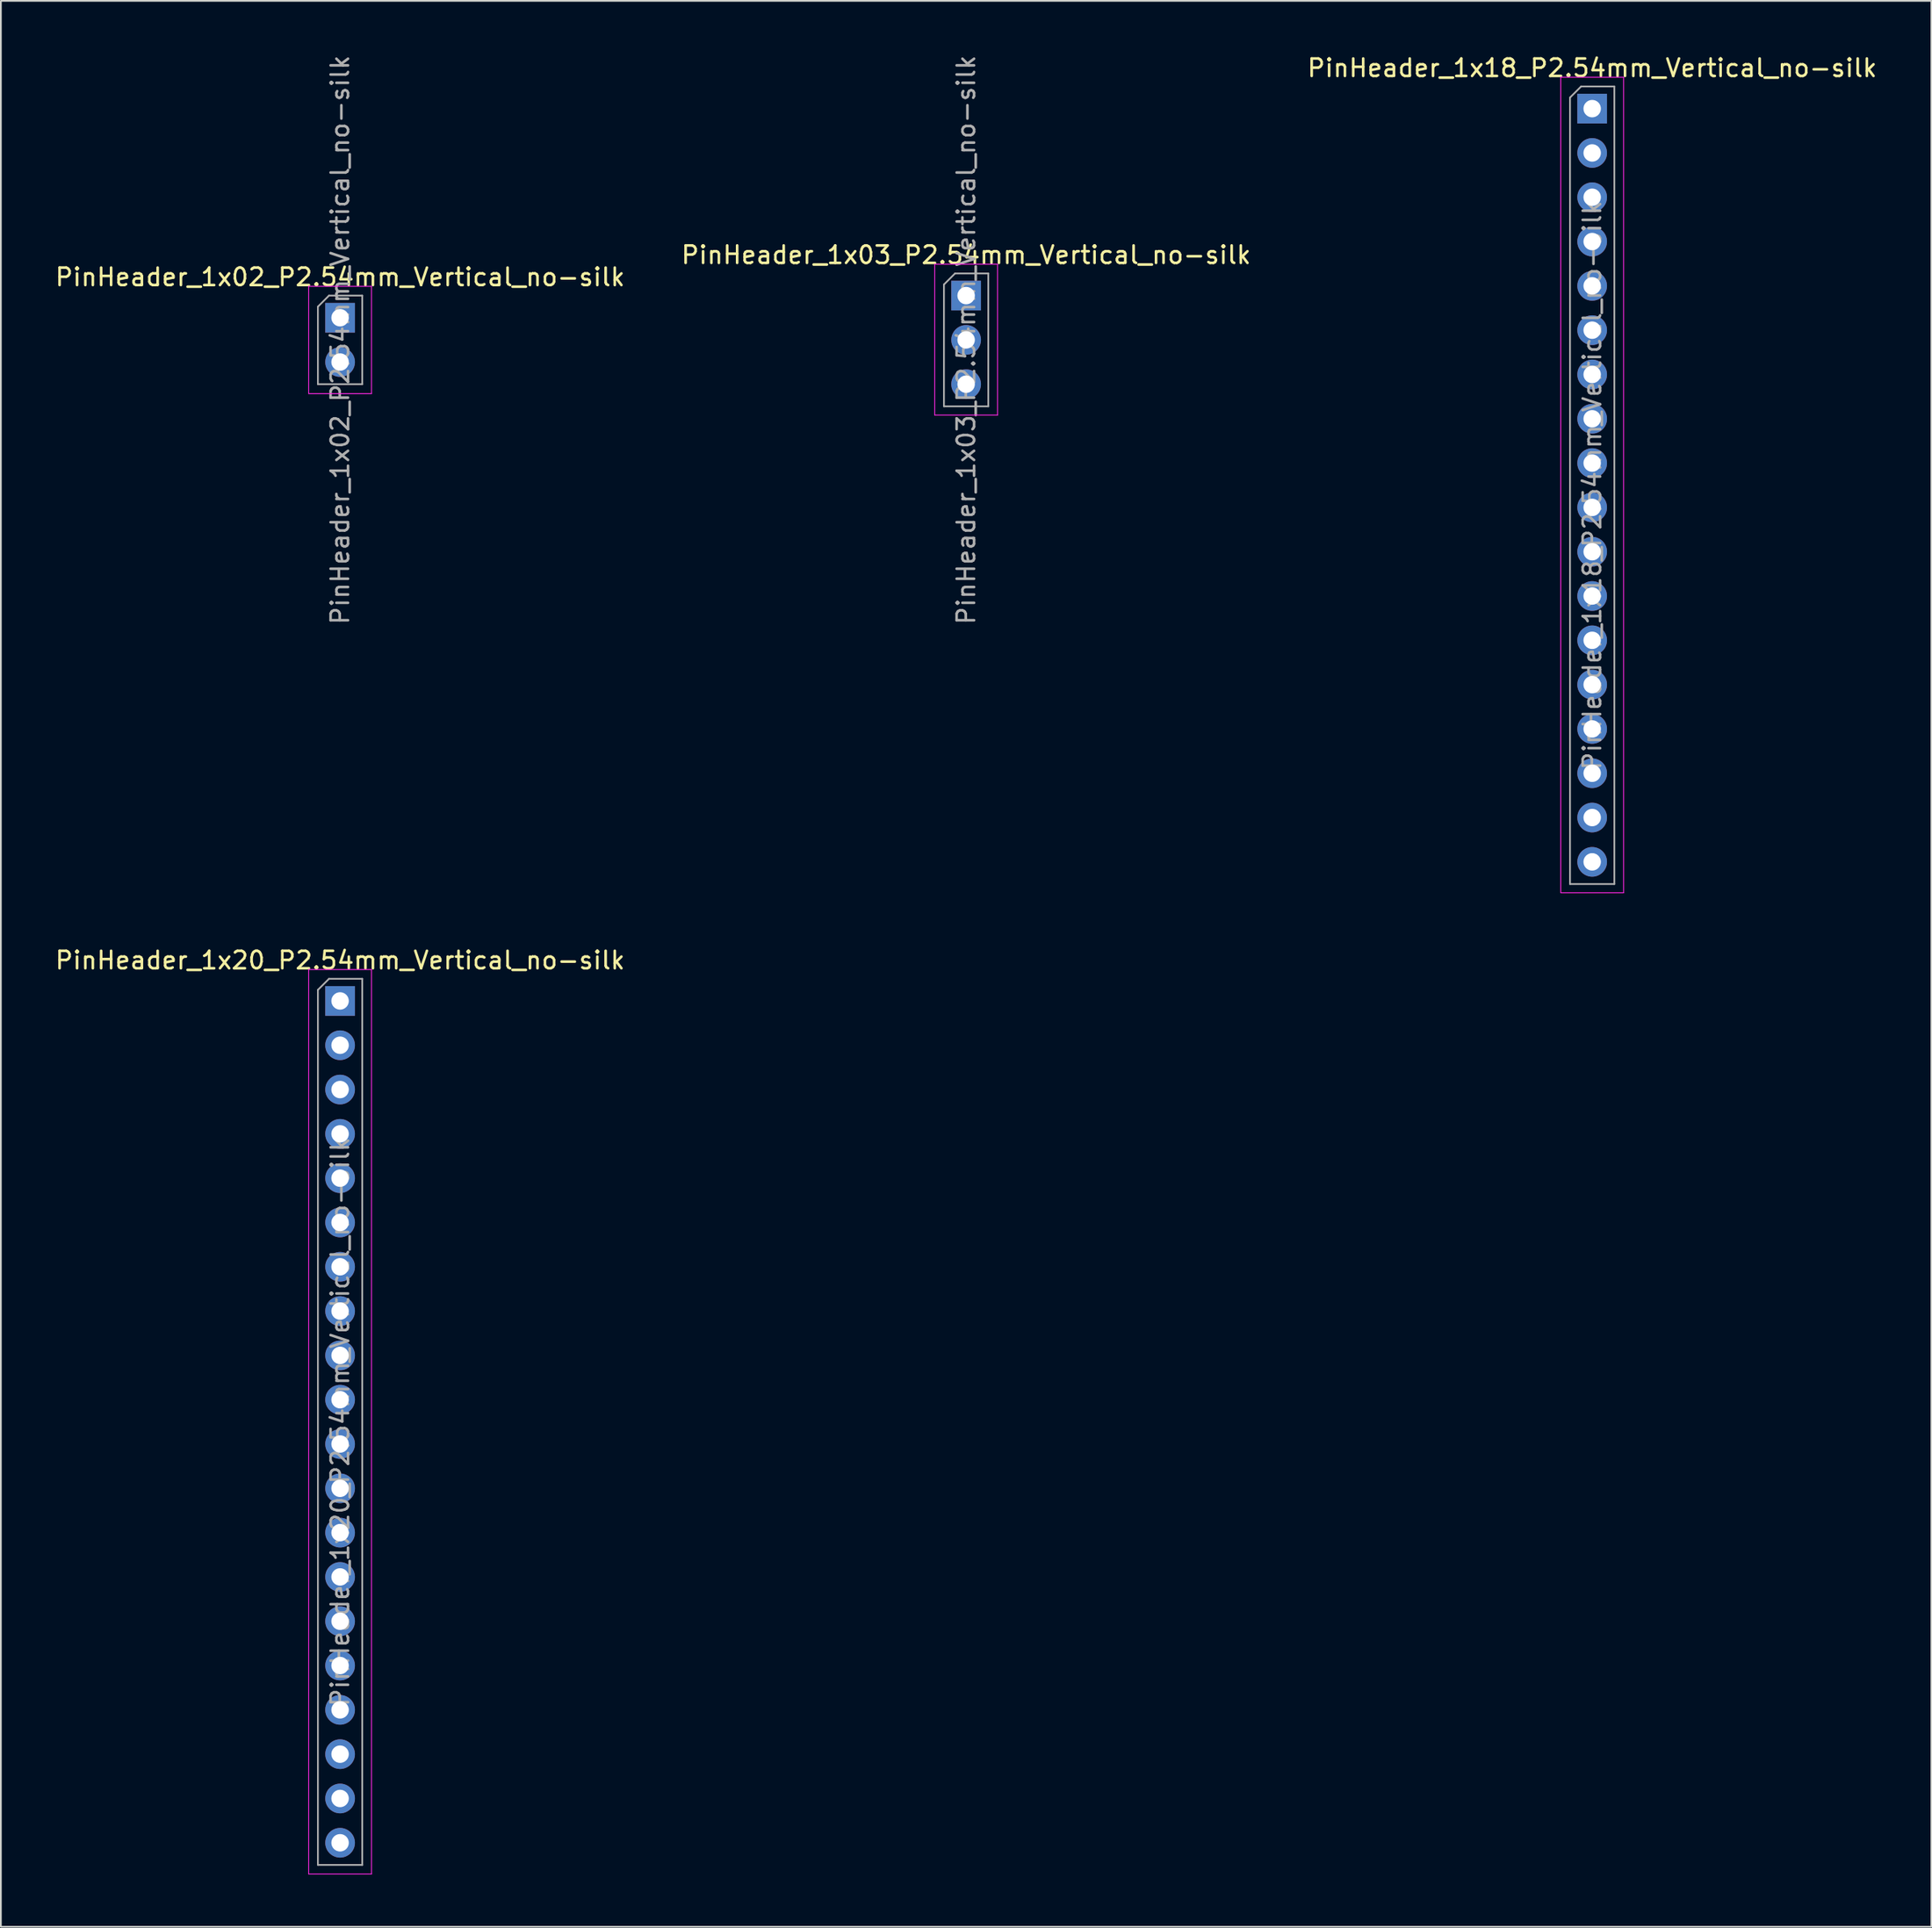
<source format=kicad_pcb>
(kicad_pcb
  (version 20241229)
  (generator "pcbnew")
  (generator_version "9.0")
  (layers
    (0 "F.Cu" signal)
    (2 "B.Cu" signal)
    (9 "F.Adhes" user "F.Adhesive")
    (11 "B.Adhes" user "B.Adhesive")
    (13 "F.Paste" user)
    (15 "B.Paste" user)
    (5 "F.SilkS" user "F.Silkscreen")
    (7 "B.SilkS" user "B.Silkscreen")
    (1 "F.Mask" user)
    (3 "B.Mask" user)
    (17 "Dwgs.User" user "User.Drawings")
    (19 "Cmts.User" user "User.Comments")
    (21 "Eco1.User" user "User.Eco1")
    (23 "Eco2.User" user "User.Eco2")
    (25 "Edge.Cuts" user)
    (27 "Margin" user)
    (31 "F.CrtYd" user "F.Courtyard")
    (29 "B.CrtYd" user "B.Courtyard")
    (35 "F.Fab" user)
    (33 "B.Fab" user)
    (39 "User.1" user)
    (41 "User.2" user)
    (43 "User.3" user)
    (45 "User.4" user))
  (footprint "PinHeader_1x20_P2.54mm_Vertical_no-silk"
    (layer "F.Cu")
    (at 16.435 54.331)
    (property "Reference" "PinHeader_1x20_P2.54mm_Vertical_no-silk" (at 0 -2.33 0) (layer "F.SilkS") (effects (font (size 1 1) (thickness 0.15))))
    (attr through_hole)
    (fp_line (start -1.8 -1.8) (end -1.8 50.05) (stroke (width 0.05) (type solid)) (layer "F.CrtYd"))
    (fp_line (start -1.8 50.05) (end 1.8 50.05) (stroke (width 0.05) (type solid)) (layer "F.CrtYd"))
    (fp_line (start 1.8 -1.8) (end -1.8 -1.8) (stroke (width 0.05) (type solid)) (layer "F.CrtYd"))
    (fp_line (start 1.8 50.05) (end 1.8 -1.8) (stroke (width 0.05) (type solid)) (layer "F.CrtYd"))
    (fp_line (start -1.27 -0.635) (end -0.635 -1.27) (stroke (width 0.1) (type solid)) (layer "F.Fab"))
    (fp_line (start -1.27 49.53) (end -1.27 -0.635) (stroke (width 0.1) (type solid)) (layer "F.Fab"))
    (fp_line (start -0.635 -1.27) (end 1.27 -1.27) (stroke (width 0.1) (type solid)) (layer "F.Fab"))
    (fp_line (start 1.27 -1.27) (end 1.27 49.53) (stroke (width 0.1) (type solid)) (layer "F.Fab"))
    (fp_line (start 1.27 49.53) (end -1.27 49.53) (stroke (width 0.1) (type solid)) (layer "F.Fab"))
    (fp_text user "${REFERENCE}" (at 0 24.13 90) (layer "F.Fab") (effects (font (size 1 1) (thickness 0.15))))
    (pad "1" thru_hole rect (at 0 0) (size 1.7 1.7) (drill 1) (layers "*.Cu" "*.Mask"))
    (pad "2" thru_hole oval (at 0 2.54) (size 1.7 1.7) (drill 1) (layers "*.Cu" "*.Mask"))
    (pad "3" thru_hole oval (at 0 5.08) (size 1.7 1.7) (drill 1) (layers "*.Cu" "*.Mask"))
    (pad "4" thru_hole oval (at 0 7.62) (size 1.7 1.7) (drill 1) (layers "*.Cu" "*.Mask"))
    (pad "5" thru_hole oval (at 0 10.16) (size 1.7 1.7) (drill 1) (layers "*.Cu" "*.Mask"))
    (pad "6" thru_hole oval (at 0 12.7) (size 1.7 1.7) (drill 1) (layers "*.Cu" "*.Mask"))
    (pad "7" thru_hole oval (at 0 15.24) (size 1.7 1.7) (drill 1) (layers "*.Cu" "*.Mask"))
    (pad "8" thru_hole oval (at 0 17.78) (size 1.7 1.7) (drill 1) (layers "*.Cu" "*.Mask"))
    (pad "9" thru_hole oval (at 0 20.32) (size 1.7 1.7) (drill 1) (layers "*.Cu" "*.Mask"))
    (pad "10" thru_hole oval (at 0 22.86) (size 1.7 1.7) (drill 1) (layers "*.Cu" "*.Mask"))
    (pad "11" thru_hole oval (at 0 25.4) (size 1.7 1.7) (drill 1) (layers "*.Cu" "*.Mask"))
    (pad "12" thru_hole oval (at 0 27.94) (size 1.7 1.7) (drill 1) (layers "*.Cu" "*.Mask"))
    (pad "13" thru_hole oval (at 0 30.48) (size 1.7 1.7) (drill 1) (layers "*.Cu" "*.Mask"))
    (pad "14" thru_hole oval (at 0 33.02) (size 1.7 1.7) (drill 1) (layers "*.Cu" "*.Mask"))
    (pad "15" thru_hole oval (at 0 35.56) (size 1.7 1.7) (drill 1) (layers "*.Cu" "*.Mask"))
    (pad "16" thru_hole oval (at 0 38.1) (size 1.7 1.7) (drill 1) (layers "*.Cu" "*.Mask"))
    (pad "17" thru_hole oval (at 0 40.64) (size 1.7 1.7) (drill 1) (layers "*.Cu" "*.Mask"))
    (pad "18" thru_hole oval (at 0 43.18) (size 1.7 1.7) (drill 1) (layers "*.Cu" "*.Mask"))
    (pad "19" thru_hole oval (at 0 45.72) (size 1.7 1.7) (drill 1) (layers "*.Cu" "*.Mask"))
    (pad "20" thru_hole oval (at 0 48.26) (size 1.7 1.7) (drill 1) (layers "*.Cu" "*.Mask")))
  (footprint "PinHeader_1x18_P2.54mm_Vertical_no-silk"
    (layer "F.Cu")
    (at 88.173 3.178)
    (property "Reference" "PinHeader_1x18_P2.54mm_Vertical_no-silk" (at 0 -2.33 0) (layer "F.SilkS") (effects (font (size 1 1) (thickness 0.15))))
    (attr through_hole)
    (fp_line (start -1.8 -1.8) (end -1.8 44.95) (stroke (width 0.05) (type solid)) (layer "F.CrtYd"))
    (fp_line (start -1.8 44.95) (end 1.8 44.95) (stroke (width 0.05) (type solid)) (layer "F.CrtYd"))
    (fp_line (start 1.8 -1.8) (end -1.8 -1.8) (stroke (width 0.05) (type solid)) (layer "F.CrtYd"))
    (fp_line (start 1.8 44.95) (end 1.8 -1.8) (stroke (width 0.05) (type solid)) (layer "F.CrtYd"))
    (fp_line (start -1.27 -0.635) (end -0.635 -1.27) (stroke (width 0.1) (type solid)) (layer "F.Fab"))
    (fp_line (start -1.27 44.45) (end -1.27 -0.635) (stroke (width 0.1) (type solid)) (layer "F.Fab"))
    (fp_line (start -0.635 -1.27) (end 1.27 -1.27) (stroke (width 0.1) (type solid)) (layer "F.Fab"))
    (fp_line (start 1.27 -1.27) (end 1.27 44.45) (stroke (width 0.1) (type solid)) (layer "F.Fab"))
    (fp_line (start 1.27 44.45) (end -1.27 44.45) (stroke (width 0.1) (type solid)) (layer "F.Fab"))
    (fp_text user "${REFERENCE}" (at 0 21.59 90) (layer "F.Fab") (effects (font (size 1 1) (thickness 0.15))))
    (pad "1" thru_hole rect (at 0 0) (size 1.7 1.7) (drill 1) (layers "*.Cu" "*.Mask"))
    (pad "2" thru_hole oval (at 0 2.54) (size 1.7 1.7) (drill 1) (layers "*.Cu" "*.Mask"))
    (pad "3" thru_hole oval (at 0 5.08) (size 1.7 1.7) (drill 1) (layers "*.Cu" "*.Mask"))
    (pad "4" thru_hole oval (at 0 7.62) (size 1.7 1.7) (drill 1) (layers "*.Cu" "*.Mask"))
    (pad "5" thru_hole oval (at 0 10.16) (size 1.7 1.7) (drill 1) (layers "*.Cu" "*.Mask"))
    (pad "6" thru_hole oval (at 0 12.7) (size 1.7 1.7) (drill 1) (layers "*.Cu" "*.Mask"))
    (pad "7" thru_hole oval (at 0 15.24) (size 1.7 1.7) (drill 1) (layers "*.Cu" "*.Mask"))
    (pad "8" thru_hole oval (at 0 17.78) (size 1.7 1.7) (drill 1) (layers "*.Cu" "*.Mask"))
    (pad "9" thru_hole oval (at 0 20.32) (size 1.7 1.7) (drill 1) (layers "*.Cu" "*.Mask"))
    (pad "10" thru_hole oval (at 0 22.86) (size 1.7 1.7) (drill 1) (layers "*.Cu" "*.Mask"))
    (pad "11" thru_hole oval (at 0 25.4) (size 1.7 1.7) (drill 1) (layers "*.Cu" "*.Mask"))
    (pad "12" thru_hole oval (at 0 27.94) (size 1.7 1.7) (drill 1) (layers "*.Cu" "*.Mask"))
    (pad "13" thru_hole oval (at 0 30.48) (size 1.7 1.7) (drill 1) (layers "*.Cu" "*.Mask"))
    (pad "14" thru_hole oval (at 0 33.02) (size 1.7 1.7) (drill 1) (layers "*.Cu" "*.Mask"))
    (pad "15" thru_hole oval (at 0 35.56) (size 1.7 1.7) (drill 1) (layers "*.Cu" "*.Mask"))
    (pad "16" thru_hole oval (at 0 38.1) (size 1.7 1.7) (drill 1) (layers "*.Cu" "*.Mask"))
    (pad "17" thru_hole oval (at 0 40.64) (size 1.7 1.7) (drill 1) (layers "*.Cu" "*.Mask"))
    (pad "18" thru_hole oval (at 0 43.18) (size 1.7 1.7) (drill 1) (layers "*.Cu" "*.Mask")))
  (footprint "PinHeader_1x02_P2.54mm_Vertical_no-silk"
    (layer "F.Cu")
    (at 16.435 15.165)
    (property "Reference" "PinHeader_1x02_P2.54mm_Vertical_no-silk" (at 0 -2.33 0) (layer "F.SilkS") (effects (font (size 1 1) (thickness 0.15))))
    (attr through_hole)
    (fp_line (start -1.8 -1.8) (end -1.8 4.35) (stroke (width 0.05) (type solid)) (layer "F.CrtYd"))
    (fp_line (start -1.8 4.35) (end 1.8 4.35) (stroke (width 0.05) (type solid)) (layer "F.CrtYd"))
    (fp_line (start 1.8 -1.8) (end -1.8 -1.8) (stroke (width 0.05) (type solid)) (layer "F.CrtYd"))
    (fp_line (start 1.8 4.35) (end 1.8 -1.8) (stroke (width 0.05) (type solid)) (layer "F.CrtYd"))
    (fp_line (start -1.27 -0.635) (end -0.635 -1.27) (stroke (width 0.1) (type solid)) (layer "F.Fab"))
    (fp_line (start -1.27 3.81) (end -1.27 -0.635) (stroke (width 0.1) (type solid)) (layer "F.Fab"))
    (fp_line (start -0.635 -1.27) (end 1.27 -1.27) (stroke (width 0.1) (type solid)) (layer "F.Fab"))
    (fp_line (start 1.27 -1.27) (end 1.27 3.81) (stroke (width 0.1) (type solid)) (layer "F.Fab"))
    (fp_line (start 1.27 3.81) (end -1.27 3.81) (stroke (width 0.1) (type solid)) (layer "F.Fab"))
    (fp_text user "${REFERENCE}" (at 0 1.27 90) (layer "F.Fab") (effects (font (size 1 1) (thickness 0.15))))
    (pad "1" thru_hole rect (at 0 0) (size 1.7 1.7) (drill 1) (layers "*.Cu" "*.Mask"))
    (pad "2" thru_hole oval (at 0 2.54) (size 1.7 1.7) (drill 1) (layers "*.Cu" "*.Mask")))
  (footprint "PinHeader_1x03_P2.54mm_Vertical_no-silk"
    (layer "F.Cu")
    (at 52.304 13.895)
    (property "Reference" "PinHeader_1x03_P2.54mm_Vertical_no-silk" (at 0 -2.33 0) (layer "F.SilkS") (effects (font (size 1 1) (thickness 0.15))))
    (attr through_hole)
    (fp_line (start -1.8 -1.8) (end -1.8 6.85) (stroke (width 0.05) (type solid)) (layer "F.CrtYd"))
    (fp_line (start -1.8 6.85) (end 1.8 6.85) (stroke (width 0.05) (type solid)) (layer "F.CrtYd"))
    (fp_line (start 1.8 -1.8) (end -1.8 -1.8) (stroke (width 0.05) (type solid)) (layer "F.CrtYd"))
    (fp_line (start 1.8 6.85) (end 1.8 -1.8) (stroke (width 0.05) (type solid)) (layer "F.CrtYd"))
    (fp_line (start -1.27 -0.635) (end -0.635 -1.27) (stroke (width 0.1) (type solid)) (layer "F.Fab"))
    (fp_line (start -1.27 6.35) (end -1.27 -0.635) (stroke (width 0.1) (type solid)) (layer "F.Fab"))
    (fp_line (start -0.635 -1.27) (end 1.27 -1.27) (stroke (width 0.1) (type solid)) (layer "F.Fab"))
    (fp_line (start 1.27 -1.27) (end 1.27 6.35) (stroke (width 0.1) (type solid)) (layer "F.Fab"))
    (fp_line (start 1.27 6.35) (end -1.27 6.35) (stroke (width 0.1) (type solid)) (layer "F.Fab"))
    (fp_text user "${REFERENCE}" (at 0 2.54 270) (layer "F.Fab") (effects (font (size 1 1) (thickness 0.15))))
    (pad "1" thru_hole rect (at 0 0) (size 1.7 1.7) (drill 1) (layers "*.Cu" "*.Mask"))
    (pad "2" thru_hole oval (at 0 2.54) (size 1.7 1.7) (drill 1) (layers "*.Cu" "*.Mask"))
    (pad "3" thru_hole oval (at 0 5.08) (size 1.7 1.7) (drill 1) (layers "*.Cu" "*.Mask")))
  (gr_rect
    (start -3 -3)
    (end 107.607 107.406)
    (stroke (width 0.1) (type default))
    (fill no)
    (layer "Edge.Cuts")))
</source>
